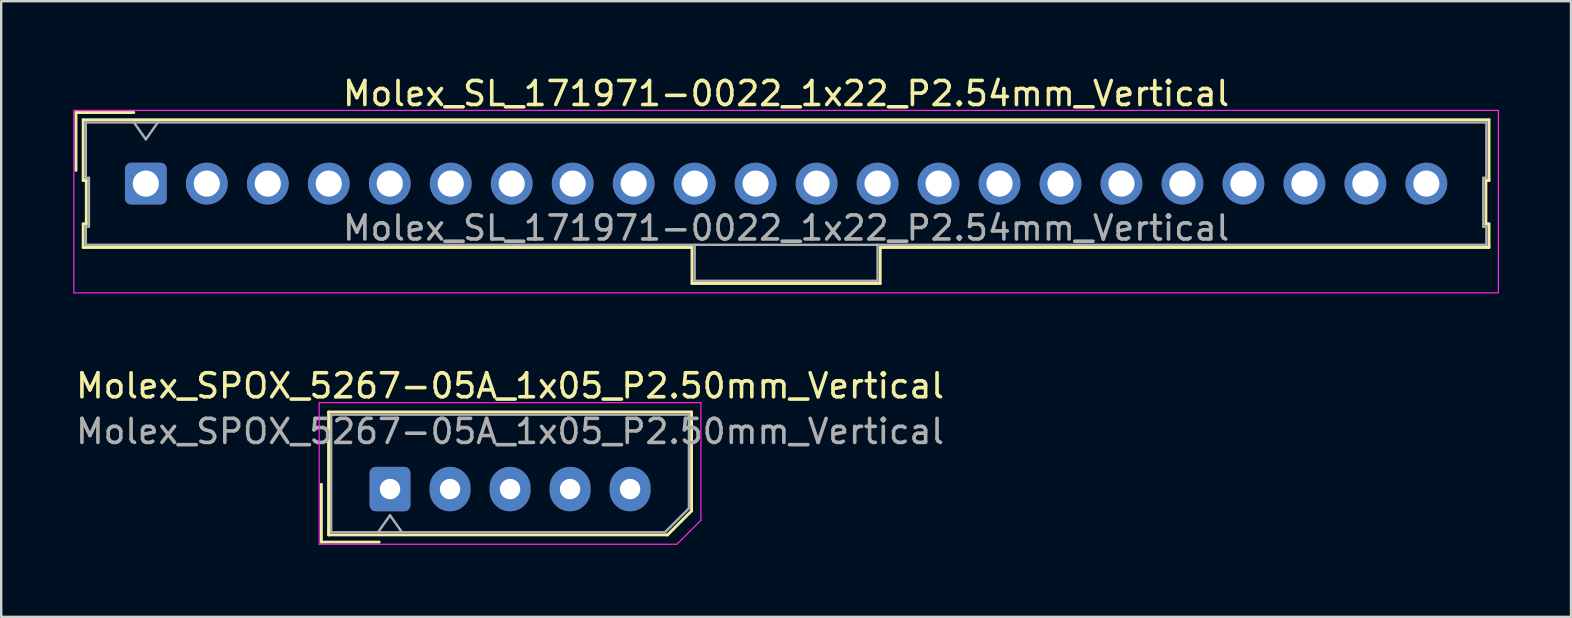
<source format=kicad_pcb>
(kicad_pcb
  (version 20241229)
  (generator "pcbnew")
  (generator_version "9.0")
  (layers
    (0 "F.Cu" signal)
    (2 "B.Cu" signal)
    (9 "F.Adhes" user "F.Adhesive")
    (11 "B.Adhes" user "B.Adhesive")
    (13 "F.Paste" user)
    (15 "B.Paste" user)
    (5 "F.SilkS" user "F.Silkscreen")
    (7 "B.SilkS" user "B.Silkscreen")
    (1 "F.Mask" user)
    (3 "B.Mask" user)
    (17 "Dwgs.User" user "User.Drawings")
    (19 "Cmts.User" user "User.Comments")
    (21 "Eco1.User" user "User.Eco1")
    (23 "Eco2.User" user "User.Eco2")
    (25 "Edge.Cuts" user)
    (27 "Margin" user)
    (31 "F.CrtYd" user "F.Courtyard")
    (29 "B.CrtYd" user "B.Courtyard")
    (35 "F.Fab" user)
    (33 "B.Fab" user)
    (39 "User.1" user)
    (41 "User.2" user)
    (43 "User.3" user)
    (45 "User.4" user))
  (footprint "Molex_SL_171971-0022_1x22_P2.54mm_Vertical"
    (layer "F.Cu")
    (at 3.025 4.598)
    (property "Reference" "Molex_SL_171971-0022_1x22_P2.54mm_Vertical" (at 26.67 -3.75 0) (layer "F.SilkS") (effects (font (size 1 1) (thickness 0.15))))
    (attr through_hole)
    (fp_line (start -2.91 -2.96) (end -0.5 -2.96) (stroke (width 0.12) (type solid)) (layer "F.SilkS"))
    (fp_line (start -2.91 -0.55) (end -2.91 -2.96) (stroke (width 0.12) (type solid)) (layer "F.SilkS"))
    (fp_line (start -2.61 -2.66) (end -2.61 -0.13) (stroke (width 0.12) (type solid)) (layer "F.SilkS"))
    (fp_line (start -2.61 -0.13) (end -2.48 -0.13) (stroke (width 0.12) (type solid)) (layer "F.SilkS"))
    (fp_line (start -2.61 1.68) (end -2.61 2.66) (stroke (width 0.12) (type solid)) (layer "F.SilkS"))
    (fp_line (start -2.61 2.66) (end 22.75 2.66) (stroke (width 0.12) (type solid)) (layer "F.SilkS"))
    (fp_line (start -2.48 -0.13) (end -2.48 1.68) (stroke (width 0.12) (type solid)) (layer "F.SilkS"))
    (fp_line (start -2.48 1.68) (end -2.61 1.68) (stroke (width 0.12) (type solid)) (layer "F.SilkS"))
    (fp_line (start 22.75 2.66) (end 22.75 4.16) (stroke (width 0.12) (type solid)) (layer "F.SilkS"))
    (fp_line (start 22.75 4.16) (end 30.59 4.16) (stroke (width 0.12) (type solid)) (layer "F.SilkS"))
    (fp_line (start 30.59 2.66) (end 55.95 2.66) (stroke (width 0.12) (type solid)) (layer "F.SilkS"))
    (fp_line (start 30.59 4.16) (end 30.59 2.66) (stroke (width 0.12) (type solid)) (layer "F.SilkS"))
    (fp_line (start 55.82 -0.13) (end 55.95 -0.13) (stroke (width 0.12) (type solid)) (layer "F.SilkS"))
    (fp_line (start 55.82 1.68) (end 55.82 -0.13) (stroke (width 0.12) (type solid)) (layer "F.SilkS"))
    (fp_line (start 55.95 -2.66) (end -2.61 -2.66) (stroke (width 0.12) (type solid)) (layer "F.SilkS"))
    (fp_line (start 55.95 -0.13) (end 55.95 -2.66) (stroke (width 0.12) (type solid)) (layer "F.SilkS"))
    (fp_line (start 55.95 1.68) (end 55.82 1.68) (stroke (width 0.12) (type solid)) (layer "F.SilkS"))
    (fp_line (start 55.95 2.66) (end 55.95 1.68) (stroke (width 0.12) (type solid)) (layer "F.SilkS"))
    (fp_line (start -3 -3.05) (end -3 4.55) (stroke (width 0.05) (type solid)) (layer "F.CrtYd"))
    (fp_line (start -3 4.55) (end 56.34 4.55) (stroke (width 0.05) (type solid)) (layer "F.CrtYd"))
    (fp_line (start 56.34 -3.05) (end -3 -3.05) (stroke (width 0.05) (type solid)) (layer "F.CrtYd"))
    (fp_line (start 56.34 4.55) (end 56.34 -3.05) (stroke (width 0.05) (type solid)) (layer "F.CrtYd"))
    (fp_line (start -2.5 -2.55) (end -2.5 -0.24) (stroke (width 0.1) (type solid)) (layer "F.Fab"))
    (fp_line (start -2.5 -0.24) (end -2.37 -0.24) (stroke (width 0.1) (type solid)) (layer "F.Fab"))
    (fp_line (start -2.5 1.79) (end -2.5 2.55) (stroke (width 0.1) (type solid)) (layer "F.Fab"))
    (fp_line (start -2.5 2.55) (end 55.84 2.55) (stroke (width 0.1) (type solid)) (layer "F.Fab"))
    (fp_line (start -2.37 -0.24) (end -2.37 1.79) (stroke (width 0.1) (type solid)) (layer "F.Fab"))
    (fp_line (start -2.37 1.79) (end -2.5 1.79) (stroke (width 0.1) (type solid)) (layer "F.Fab"))
    (fp_line (start 0 -1.843) (end -0.5 -2.55) (stroke (width 0.1) (type solid)) (layer "F.Fab"))
    (fp_line (start 0.5 -2.55) (end 0 -1.843) (stroke (width 0.1) (type solid)) (layer "F.Fab"))
    (fp_line (start 22.86 2.55) (end 22.86 4.05) (stroke (width 0.1) (type solid)) (layer "F.Fab"))
    (fp_line (start 22.86 4.05) (end 30.48 4.05) (stroke (width 0.1) (type solid)) (layer "F.Fab"))
    (fp_line (start 30.48 4.05) (end 30.48 2.55) (stroke (width 0.1) (type solid)) (layer "F.Fab"))
    (fp_line (start 55.71 -0.24) (end 55.84 -0.24) (stroke (width 0.1) (type solid)) (layer "F.Fab"))
    (fp_line (start 55.71 1.79) (end 55.71 -0.24) (stroke (width 0.1) (type solid)) (layer "F.Fab"))
    (fp_line (start 55.84 -2.55) (end -2.5 -2.55) (stroke (width 0.1) (type solid)) (layer "F.Fab"))
    (fp_line (start 55.84 -0.24) (end 55.84 -2.55) (stroke (width 0.1) (type solid)) (layer "F.Fab"))
    (fp_line (start 55.84 1.79) (end 55.71 1.79) (stroke (width 0.1) (type solid)) (layer "F.Fab"))
    (fp_line (start 55.84 2.55) (end 55.84 1.79) (stroke (width 0.1) (type solid)) (layer "F.Fab"))
    (fp_text user "${REFERENCE}" (at 26.67 1.85 0) (layer "F.Fab") (effects (font (size 1 1) (thickness 0.15))))
    (pad "1" thru_hole roundrect (at 0 0) (size 1.74 1.74) (drill 1.09) (layers "*.Cu" "*.Mask") (roundrect_rratio 0.144))
    (pad "2" thru_hole circle (at 2.54 0) (size 1.74 1.74) (drill 1.09) (layers "*.Cu" "*.Mask"))
    (pad "3" thru_hole circle (at 5.08 0) (size 1.74 1.74) (drill 1.09) (layers "*.Cu" "*.Mask"))
    (pad "4" thru_hole circle (at 7.62 0) (size 1.74 1.74) (drill 1.09) (layers "*.Cu" "*.Mask"))
    (pad "5" thru_hole circle (at 10.16 0) (size 1.74 1.74) (drill 1.09) (layers "*.Cu" "*.Mask"))
    (pad "6" thru_hole circle (at 12.7 0) (size 1.74 1.74) (drill 1.09) (layers "*.Cu" "*.Mask"))
    (pad "7" thru_hole circle (at 15.24 0) (size 1.74 1.74) (drill 1.09) (layers "*.Cu" "*.Mask"))
    (pad "8" thru_hole circle (at 17.78 0) (size 1.74 1.74) (drill 1.09) (layers "*.Cu" "*.Mask"))
    (pad "9" thru_hole circle (at 20.32 0) (size 1.74 1.74) (drill 1.09) (layers "*.Cu" "*.Mask"))
    (pad "10" thru_hole circle (at 22.86 0) (size 1.74 1.74) (drill 1.09) (layers "*.Cu" "*.Mask"))
    (pad "11" thru_hole circle (at 25.4 0) (size 1.74 1.74) (drill 1.09) (layers "*.Cu" "*.Mask"))
    (pad "12" thru_hole circle (at 27.94 0) (size 1.74 1.74) (drill 1.09) (layers "*.Cu" "*.Mask"))
    (pad "13" thru_hole circle (at 30.48 0) (size 1.74 1.74) (drill 1.09) (layers "*.Cu" "*.Mask"))
    (pad "14" thru_hole circle (at 33.02 0) (size 1.74 1.74) (drill 1.09) (layers "*.Cu" "*.Mask"))
    (pad "15" thru_hole circle (at 35.56 0) (size 1.74 1.74) (drill 1.09) (layers "*.Cu" "*.Mask"))
    (pad "16" thru_hole circle (at 38.1 0) (size 1.74 1.74) (drill 1.09) (layers "*.Cu" "*.Mask"))
    (pad "17" thru_hole circle (at 40.64 0) (size 1.74 1.74) (drill 1.09) (layers "*.Cu" "*.Mask"))
    (pad "18" thru_hole circle (at 43.18 0) (size 1.74 1.74) (drill 1.09) (layers "*.Cu" "*.Mask"))
    (pad "19" thru_hole circle (at 45.72 0) (size 1.74 1.74) (drill 1.09) (layers "*.Cu" "*.Mask"))
    (pad "20" thru_hole circle (at 48.26 0) (size 1.74 1.74) (drill 1.09) (layers "*.Cu" "*.Mask"))
    (pad "21" thru_hole circle (at 50.8 0) (size 1.74 1.74) (drill 1.09) (layers "*.Cu" "*.Mask"))
    (pad "22" thru_hole circle (at 53.34 0) (size 1.74 1.74) (drill 1.09) (layers "*.Cu" "*.Mask")))
  (footprint "Molex_SPOX_5267-05A_1x05_P2.50mm_Vertical"
    (layer "F.Cu")
    (at 13.196 17.322)
    (property "Reference" "Molex_SPOX_5267-05A_1x05_P2.50mm_Vertical" (at 5 -4.3 0) (layer "F.SilkS") (effects (font (size 1 1) (thickness 0.15))))
    (attr through_hole)
    (fp_line (start -2.86 -0.2) (end -2.86 2.21) (stroke (width 0.12) (type solid)) (layer "F.SilkS"))
    (fp_line (start -2.86 2.21) (end -0.45 2.21) (stroke (width 0.12) (type solid)) (layer "F.SilkS"))
    (fp_line (start -2.56 -3.21) (end -2.56 1.91) (stroke (width 0.12) (type solid)) (layer "F.SilkS"))
    (fp_line (start -2.56 1.91) (end 11.56 1.91) (stroke (width 0.12) (type solid)) (layer "F.SilkS"))
    (fp_line (start 11.56 1.91) (end 12.56 0.91) (stroke (width 0.12) (type solid)) (layer "F.SilkS"))
    (fp_line (start 12.56 -3.21) (end -2.56 -3.21) (stroke (width 0.12) (type solid)) (layer "F.SilkS"))
    (fp_line (start 12.56 0.91) (end 12.56 -3.21) (stroke (width 0.12) (type solid)) (layer "F.SilkS"))
    (fp_line (start -2.95 -3.6) (end -2.95 2.3) (stroke (width 0.05) (type solid)) (layer "F.CrtYd"))
    (fp_line (start -2.95 2.3) (end 11.95 2.3) (stroke (width 0.05) (type solid)) (layer "F.CrtYd"))
    (fp_line (start 11.95 2.3) (end 12.95 1.3) (stroke (width 0.05) (type solid)) (layer "F.CrtYd"))
    (fp_line (start 12.95 -3.6) (end -2.95 -3.6) (stroke (width 0.05) (type solid)) (layer "F.CrtYd"))
    (fp_line (start 12.95 1.3) (end 12.95 -3.6) (stroke (width 0.05) (type solid)) (layer "F.CrtYd"))
    (fp_line (start -2.45 -3.1) (end -2.45 1.8) (stroke (width 0.1) (type solid)) (layer "F.Fab"))
    (fp_line (start -2.45 1.8) (end 11.45 1.8) (stroke (width 0.1) (type solid)) (layer "F.Fab"))
    (fp_line (start -0.5 1.8) (end 0 1.093) (stroke (width 0.1) (type solid)) (layer "F.Fab"))
    (fp_line (start 0 1.093) (end 0.5 1.8) (stroke (width 0.1) (type solid)) (layer "F.Fab"))
    (fp_line (start 11.45 1.8) (end 12.45 0.8) (stroke (width 0.1) (type solid)) (layer "F.Fab"))
    (fp_line (start 12.45 -3.1) (end -2.45 -3.1) (stroke (width 0.1) (type solid)) (layer "F.Fab"))
    (fp_line (start 12.45 0.8) (end 12.45 -3.1) (stroke (width 0.1) (type solid)) (layer "F.Fab"))
    (fp_text user "${REFERENCE}" (at 5 -2.4 0) (layer "F.Fab") (effects (font (size 1 1) (thickness 0.15))))
    (pad "1" thru_hole roundrect (at 0 0) (size 1.7 1.85) (drill 0.85) (layers "*.Cu" "*.Mask") (roundrect_rratio 0.147))
    (pad "2" thru_hole oval (at 2.5 0) (size 1.7 1.85) (drill 0.85) (layers "*.Cu" "*.Mask"))
    (pad "3" thru_hole oval (at 5 0) (size 1.7 1.85) (drill 0.85) (layers "*.Cu" "*.Mask"))
    (pad "4" thru_hole oval (at 7.5 0) (size 1.7 1.85) (drill 0.85) (layers "*.Cu" "*.Mask"))
    (pad "5" thru_hole oval (at 10 0) (size 1.7 1.85) (drill 0.85) (layers "*.Cu" "*.Mask")))
  (gr_rect
    (start -3 -3)
    (end 62.39 22.646)
    (stroke (width 0.1) (type default))
    (fill no)
    (layer "Edge.Cuts")))
</source>
